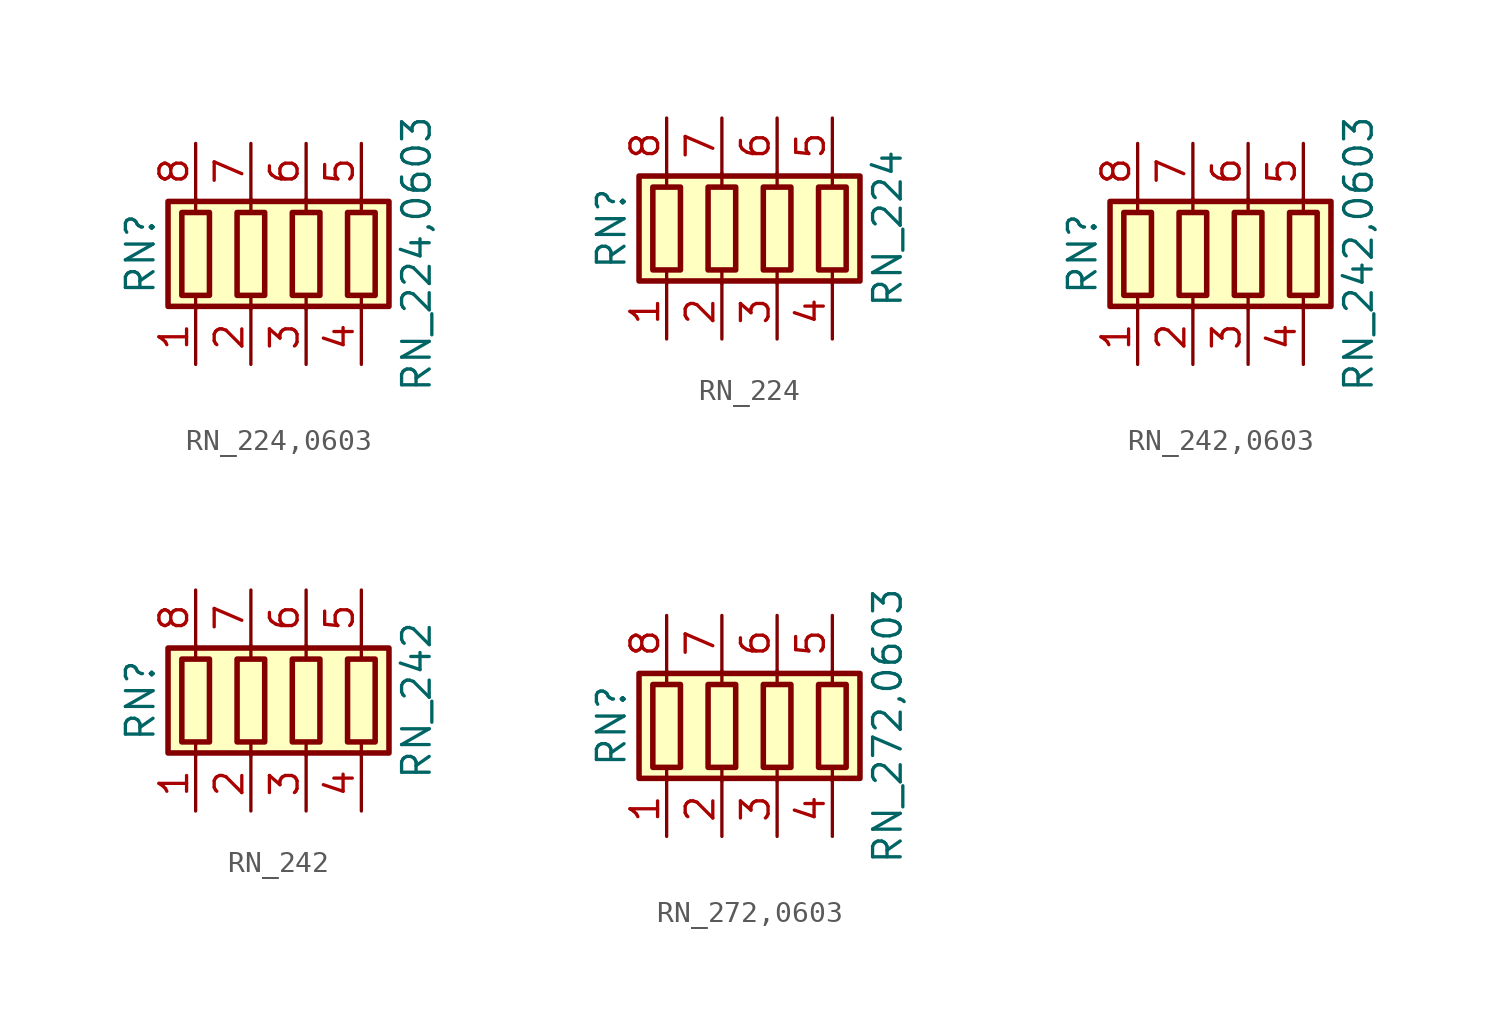
<source format=kicad_sym>
(kicad_symbol_lib
  (version 20211014)
  (generator kicad_symbol_editor)
  (symbol "RN_224,0603"
    (pin_names
      (offset 0) hide)
    (property "Reference" "RN"
      (at -7.62 0 90)
      (effects (font (size 1.27 1.27))))
    (property "Value" "RN_224,0603"
      (at 5.08 0 90)
      (effects (font (size 1.27 1.27))))
    (symbol "RN_224,0603_0_1"
      (rectangle (start -6.35 -2.413) (end 3.81 2.413) (stroke (width 0.254) (type default) (color 0 0 0 0)) (fill (type background)))
      (rectangle (start -5.715 1.905) (end -4.445 -1.905) (stroke (width 0.254) (type default) (color 0 0 0 0)) (fill (type none)))
      (rectangle (start -3.175 1.905) (end -1.905 -1.905) (stroke (width 0.254) (type default) (color 0 0 0 0)) (fill (type none)))
      (rectangle (start -0.635 1.905) (end 0.635 -1.905) (stroke (width 0.254) (type default) (color 0 0 0 0)) (fill (type none)))
      (polyline (pts (xy -5.08 -2.54) (xy -5.08 -1.905)) (stroke (width 0) (type default) (color 0 0 0 0)) (fill (type none)))
      (polyline (pts (xy -5.08 1.905) (xy -5.08 2.54)) (stroke (width 0) (type default) (color 0 0 0 0)) (fill (type none)))
      (polyline (pts (xy -2.54 -2.54) (xy -2.54 -1.905)) (stroke (width 0) (type default) (color 0 0 0 0)) (fill (type none)))
      (polyline (pts (xy -2.54 1.905) (xy -2.54 2.54)) (stroke (width 0) (type default) (color 0 0 0 0)) (fill (type none)))
      (polyline (pts (xy 0 -2.54) (xy 0 -1.905)) (stroke (width 0) (type default) (color 0 0 0 0)) (fill (type none)))
      (polyline (pts (xy 0 1.905) (xy 0 2.54)) (stroke (width 0) (type default) (color 0 0 0 0)) (fill (type none)))
      (polyline (pts (xy 2.54 -2.54) (xy 2.54 -1.905)) (stroke (width 0) (type default) (color 0 0 0 0)) (fill (type none)))
      (polyline (pts (xy 2.54 1.905) (xy 2.54 2.54)) (stroke (width 0) (type default) (color 0 0 0 0)) (fill (type none)))
      (rectangle (start 1.905 1.905) (end 3.175 -1.905) (stroke (width 0.254) (type default) (color 0 0 0 0)) (fill (type none))))
    (symbol "RN_224,0603_1_1"
      (pin passive line (at -5.08 -5.08 90) (length 2.54) (name "R1.1" (effects (font (size 1.27 1.27)))) (number "1" (effects (font (size 1.27 1.27)))))
      (pin passive line (at -2.54 -5.08 90) (length 2.54) (name "R2.1" (effects (font (size 1.27 1.27)))) (number "2" (effects (font (size 1.27 1.27)))))
      (pin passive line (at 0 -5.08 90) (length 2.54) (name "R3.1" (effects (font (size 1.27 1.27)))) (number "3" (effects (font (size 1.27 1.27)))))
      (pin passive line (at 2.54 -5.08 90) (length 2.54) (name "R4.1" (effects (font (size 1.27 1.27)))) (number "4" (effects (font (size 1.27 1.27)))))
      (pin passive line (at 2.54 5.08 270) (length 2.54) (name "R4.2" (effects (font (size 1.27 1.27)))) (number "5" (effects (font (size 1.27 1.27)))))
      (pin passive line (at 0 5.08 270) (length 2.54) (name "R3.2" (effects (font (size 1.27 1.27)))) (number "6" (effects (font (size 1.27 1.27)))))
      (pin passive line (at -2.54 5.08 270) (length 2.54) (name "R2.2" (effects (font (size 1.27 1.27)))) (number "7" (effects (font (size 1.27 1.27)))))
      (pin passive line (at -5.08 5.08 270) (length 2.54) (name "R1.2" (effects (font (size 1.27 1.27)))) (number "8" (effects (font (size 1.27 1.27)))))))
  (symbol "RN_224"
    (pin_names
      (offset 0) hide)
    (property "Reference" "RN"
      (at -7.62 0 90)
      (effects (font (size 1.27 1.27))))
    (property "Value" "RN_224"
      (at 5.08 0 90)
      (effects (font (size 1.27 1.27))))
    (symbol "RN_224_0_1"
      (rectangle (start -6.35 -2.413) (end 3.81 2.413) (stroke (width 0.254) (type default) (color 0 0 0 0)) (fill (type background)))
      (rectangle (start -5.715 1.905) (end -4.445 -1.905) (stroke (width 0.254) (type default) (color 0 0 0 0)) (fill (type none)))
      (rectangle (start -3.175 1.905) (end -1.905 -1.905) (stroke (width 0.254) (type default) (color 0 0 0 0)) (fill (type none)))
      (rectangle (start -0.635 1.905) (end 0.635 -1.905) (stroke (width 0.254) (type default) (color 0 0 0 0)) (fill (type none)))
      (polyline (pts (xy -5.08 -2.54) (xy -5.08 -1.905)) (stroke (width 0) (type default) (color 0 0 0 0)) (fill (type none)))
      (polyline (pts (xy -5.08 1.905) (xy -5.08 2.54)) (stroke (width 0) (type default) (color 0 0 0 0)) (fill (type none)))
      (polyline (pts (xy -2.54 -2.54) (xy -2.54 -1.905)) (stroke (width 0) (type default) (color 0 0 0 0)) (fill (type none)))
      (polyline (pts (xy -2.54 1.905) (xy -2.54 2.54)) (stroke (width 0) (type default) (color 0 0 0 0)) (fill (type none)))
      (polyline (pts (xy 0 -2.54) (xy 0 -1.905)) (stroke (width 0) (type default) (color 0 0 0 0)) (fill (type none)))
      (polyline (pts (xy 0 1.905) (xy 0 2.54)) (stroke (width 0) (type default) (color 0 0 0 0)) (fill (type none)))
      (polyline (pts (xy 2.54 -2.54) (xy 2.54 -1.905)) (stroke (width 0) (type default) (color 0 0 0 0)) (fill (type none)))
      (polyline (pts (xy 2.54 1.905) (xy 2.54 2.54)) (stroke (width 0) (type default) (color 0 0 0 0)) (fill (type none)))
      (rectangle (start 1.905 1.905) (end 3.175 -1.905) (stroke (width 0.254) (type default) (color 0 0 0 0)) (fill (type none))))
    (symbol "RN_224_1_1"
      (pin passive line (at -5.08 -5.08 90) (length 2.54) (name "R1.1" (effects (font (size 1.27 1.27)))) (number "1" (effects (font (size 1.27 1.27)))))
      (pin passive line (at -2.54 -5.08 90) (length 2.54) (name "R2.1" (effects (font (size 1.27 1.27)))) (number "2" (effects (font (size 1.27 1.27)))))
      (pin passive line (at 0 -5.08 90) (length 2.54) (name "R3.1" (effects (font (size 1.27 1.27)))) (number "3" (effects (font (size 1.27 1.27)))))
      (pin passive line (at 2.54 -5.08 90) (length 2.54) (name "R4.1" (effects (font (size 1.27 1.27)))) (number "4" (effects (font (size 1.27 1.27)))))
      (pin passive line (at 2.54 5.08 270) (length 2.54) (name "R4.2" (effects (font (size 1.27 1.27)))) (number "5" (effects (font (size 1.27 1.27)))))
      (pin passive line (at 0 5.08 270) (length 2.54) (name "R3.2" (effects (font (size 1.27 1.27)))) (number "6" (effects (font (size 1.27 1.27)))))
      (pin passive line (at -2.54 5.08 270) (length 2.54) (name "R2.2" (effects (font (size 1.27 1.27)))) (number "7" (effects (font (size 1.27 1.27)))))
      (pin passive line (at -5.08 5.08 270) (length 2.54) (name "R1.2" (effects (font (size 1.27 1.27)))) (number "8" (effects (font (size 1.27 1.27)))))))
  (symbol "RN_242,0603"
    (pin_names
      (offset 0) hide)
    (property "Reference" "RN"
      (at -7.62 0 90)
      (effects (font (size 1.27 1.27))))
    (property "Value" "RN_242,0603"
      (at 5.08 0 90)
      (effects (font (size 1.27 1.27))))
    (symbol "RN_242,0603_0_1"
      (rectangle (start -6.35 -2.413) (end 3.81 2.413) (stroke (width 0.254) (type default) (color 0 0 0 0)) (fill (type background)))
      (rectangle (start -5.715 1.905) (end -4.445 -1.905) (stroke (width 0.254) (type default) (color 0 0 0 0)) (fill (type none)))
      (rectangle (start -3.175 1.905) (end -1.905 -1.905) (stroke (width 0.254) (type default) (color 0 0 0 0)) (fill (type none)))
      (rectangle (start -0.635 1.905) (end 0.635 -1.905) (stroke (width 0.254) (type default) (color 0 0 0 0)) (fill (type none)))
      (polyline (pts (xy -5.08 -2.54) (xy -5.08 -1.905)) (stroke (width 0) (type default) (color 0 0 0 0)) (fill (type none)))
      (polyline (pts (xy -5.08 1.905) (xy -5.08 2.54)) (stroke (width 0) (type default) (color 0 0 0 0)) (fill (type none)))
      (polyline (pts (xy -2.54 -2.54) (xy -2.54 -1.905)) (stroke (width 0) (type default) (color 0 0 0 0)) (fill (type none)))
      (polyline (pts (xy -2.54 1.905) (xy -2.54 2.54)) (stroke (width 0) (type default) (color 0 0 0 0)) (fill (type none)))
      (polyline (pts (xy 0 -2.54) (xy 0 -1.905)) (stroke (width 0) (type default) (color 0 0 0 0)) (fill (type none)))
      (polyline (pts (xy 0 1.905) (xy 0 2.54)) (stroke (width 0) (type default) (color 0 0 0 0)) (fill (type none)))
      (polyline (pts (xy 2.54 -2.54) (xy 2.54 -1.905)) (stroke (width 0) (type default) (color 0 0 0 0)) (fill (type none)))
      (polyline (pts (xy 2.54 1.905) (xy 2.54 2.54)) (stroke (width 0) (type default) (color 0 0 0 0)) (fill (type none)))
      (rectangle (start 1.905 1.905) (end 3.175 -1.905) (stroke (width 0.254) (type default) (color 0 0 0 0)) (fill (type none))))
    (symbol "RN_242,0603_1_1"
      (pin passive line (at -5.08 -5.08 90) (length 2.54) (name "R1.1" (effects (font (size 1.27 1.27)))) (number "1" (effects (font (size 1.27 1.27)))))
      (pin passive line (at -2.54 -5.08 90) (length 2.54) (name "R2.1" (effects (font (size 1.27 1.27)))) (number "2" (effects (font (size 1.27 1.27)))))
      (pin passive line (at 0 -5.08 90) (length 2.54) (name "R3.1" (effects (font (size 1.27 1.27)))) (number "3" (effects (font (size 1.27 1.27)))))
      (pin passive line (at 2.54 -5.08 90) (length 2.54) (name "R4.1" (effects (font (size 1.27 1.27)))) (number "4" (effects (font (size 1.27 1.27)))))
      (pin passive line (at 2.54 5.08 270) (length 2.54) (name "R4.2" (effects (font (size 1.27 1.27)))) (number "5" (effects (font (size 1.27 1.27)))))
      (pin passive line (at 0 5.08 270) (length 2.54) (name "R3.2" (effects (font (size 1.27 1.27)))) (number "6" (effects (font (size 1.27 1.27)))))
      (pin passive line (at -2.54 5.08 270) (length 2.54) (name "R2.2" (effects (font (size 1.27 1.27)))) (number "7" (effects (font (size 1.27 1.27)))))
      (pin passive line (at -5.08 5.08 270) (length 2.54) (name "R1.2" (effects (font (size 1.27 1.27)))) (number "8" (effects (font (size 1.27 1.27)))))))
  (symbol "RN_242"
    (pin_names
      (offset 0) hide)
    (property "Reference" "RN"
      (at -7.62 0 90)
      (effects (font (size 1.27 1.27))))
    (property "Value" "RN_242"
      (at 5.08 0 90)
      (effects (font (size 1.27 1.27))))
    (symbol "RN_242_0_1"
      (rectangle (start -6.35 -2.413) (end 3.81 2.413) (stroke (width 0.254) (type default) (color 0 0 0 0)) (fill (type background)))
      (rectangle (start -5.715 1.905) (end -4.445 -1.905) (stroke (width 0.254) (type default) (color 0 0 0 0)) (fill (type none)))
      (rectangle (start -3.175 1.905) (end -1.905 -1.905) (stroke (width 0.254) (type default) (color 0 0 0 0)) (fill (type none)))
      (rectangle (start -0.635 1.905) (end 0.635 -1.905) (stroke (width 0.254) (type default) (color 0 0 0 0)) (fill (type none)))
      (polyline (pts (xy -5.08 -2.54) (xy -5.08 -1.905)) (stroke (width 0) (type default) (color 0 0 0 0)) (fill (type none)))
      (polyline (pts (xy -5.08 1.905) (xy -5.08 2.54)) (stroke (width 0) (type default) (color 0 0 0 0)) (fill (type none)))
      (polyline (pts (xy -2.54 -2.54) (xy -2.54 -1.905)) (stroke (width 0) (type default) (color 0 0 0 0)) (fill (type none)))
      (polyline (pts (xy -2.54 1.905) (xy -2.54 2.54)) (stroke (width 0) (type default) (color 0 0 0 0)) (fill (type none)))
      (polyline (pts (xy 0 -2.54) (xy 0 -1.905)) (stroke (width 0) (type default) (color 0 0 0 0)) (fill (type none)))
      (polyline (pts (xy 0 1.905) (xy 0 2.54)) (stroke (width 0) (type default) (color 0 0 0 0)) (fill (type none)))
      (polyline (pts (xy 2.54 -2.54) (xy 2.54 -1.905)) (stroke (width 0) (type default) (color 0 0 0 0)) (fill (type none)))
      (polyline (pts (xy 2.54 1.905) (xy 2.54 2.54)) (stroke (width 0) (type default) (color 0 0 0 0)) (fill (type none)))
      (rectangle (start 1.905 1.905) (end 3.175 -1.905) (stroke (width 0.254) (type default) (color 0 0 0 0)) (fill (type none))))
    (symbol "RN_242_1_1"
      (pin passive line (at -5.08 -5.08 90) (length 2.54) (name "R1.1" (effects (font (size 1.27 1.27)))) (number "1" (effects (font (size 1.27 1.27)))))
      (pin passive line (at -2.54 -5.08 90) (length 2.54) (name "R2.1" (effects (font (size 1.27 1.27)))) (number "2" (effects (font (size 1.27 1.27)))))
      (pin passive line (at 0 -5.08 90) (length 2.54) (name "R3.1" (effects (font (size 1.27 1.27)))) (number "3" (effects (font (size 1.27 1.27)))))
      (pin passive line (at 2.54 -5.08 90) (length 2.54) (name "R4.1" (effects (font (size 1.27 1.27)))) (number "4" (effects (font (size 1.27 1.27)))))
      (pin passive line (at 2.54 5.08 270) (length 2.54) (name "R4.2" (effects (font (size 1.27 1.27)))) (number "5" (effects (font (size 1.27 1.27)))))
      (pin passive line (at 0 5.08 270) (length 2.54) (name "R3.2" (effects (font (size 1.27 1.27)))) (number "6" (effects (font (size 1.27 1.27)))))
      (pin passive line (at -2.54 5.08 270) (length 2.54) (name "R2.2" (effects (font (size 1.27 1.27)))) (number "7" (effects (font (size 1.27 1.27)))))
      (pin passive line (at -5.08 5.08 270) (length 2.54) (name "R1.2" (effects (font (size 1.27 1.27)))) (number "8" (effects (font (size 1.27 1.27)))))))
  (symbol "RN_272,0603"
    (pin_names
      (offset 0) hide)
    (property "Reference" "RN"
      (at -7.62 0 90)
      (effects (font (size 1.27 1.27))))
    (property "Value" "RN_272,0603"
      (at 5.08 0 90)
      (effects (font (size 1.27 1.27))))
    (symbol "RN_272,0603_0_1"
      (rectangle (start -6.35 -2.413) (end 3.81 2.413) (stroke (width 0.254) (type default) (color 0 0 0 0)) (fill (type background)))
      (rectangle (start -5.715 1.905) (end -4.445 -1.905) (stroke (width 0.254) (type default) (color 0 0 0 0)) (fill (type none)))
      (rectangle (start -3.175 1.905) (end -1.905 -1.905) (stroke (width 0.254) (type default) (color 0 0 0 0)) (fill (type none)))
      (rectangle (start -0.635 1.905) (end 0.635 -1.905) (stroke (width 0.254) (type default) (color 0 0 0 0)) (fill (type none)))
      (polyline (pts (xy -5.08 -2.54) (xy -5.08 -1.905)) (stroke (width 0) (type default) (color 0 0 0 0)) (fill (type none)))
      (polyline (pts (xy -5.08 1.905) (xy -5.08 2.54)) (stroke (width 0) (type default) (color 0 0 0 0)) (fill (type none)))
      (polyline (pts (xy -2.54 -2.54) (xy -2.54 -1.905)) (stroke (width 0) (type default) (color 0 0 0 0)) (fill (type none)))
      (polyline (pts (xy -2.54 1.905) (xy -2.54 2.54)) (stroke (width 0) (type default) (color 0 0 0 0)) (fill (type none)))
      (polyline (pts (xy 0 -2.54) (xy 0 -1.905)) (stroke (width 0) (type default) (color 0 0 0 0)) (fill (type none)))
      (polyline (pts (xy 0 1.905) (xy 0 2.54)) (stroke (width 0) (type default) (color 0 0 0 0)) (fill (type none)))
      (polyline (pts (xy 2.54 -2.54) (xy 2.54 -1.905)) (stroke (width 0) (type default) (color 0 0 0 0)) (fill (type none)))
      (polyline (pts (xy 2.54 1.905) (xy 2.54 2.54)) (stroke (width 0) (type default) (color 0 0 0 0)) (fill (type none)))
      (rectangle (start 1.905 1.905) (end 3.175 -1.905) (stroke (width 0.254) (type default) (color 0 0 0 0)) (fill (type none))))
    (symbol "RN_272,0603_1_1"
      (pin passive line (at -5.08 -5.08 90) (length 2.54) (name "R1.1" (effects (font (size 1.27 1.27)))) (number "1" (effects (font (size 1.27 1.27)))))
      (pin passive line (at -2.54 -5.08 90) (length 2.54) (name "R2.1" (effects (font (size 1.27 1.27)))) (number "2" (effects (font (size 1.27 1.27)))))
      (pin passive line (at 0 -5.08 90) (length 2.54) (name "R3.1" (effects (font (size 1.27 1.27)))) (number "3" (effects (font (size 1.27 1.27)))))
      (pin passive line (at 2.54 -5.08 90) (length 2.54) (name "R4.1" (effects (font (size 1.27 1.27)))) (number "4" (effects (font (size 1.27 1.27)))))
      (pin passive line (at 2.54 5.08 270) (length 2.54) (name "R4.2" (effects (font (size 1.27 1.27)))) (number "5" (effects (font (size 1.27 1.27)))))
      (pin passive line (at 0 5.08 270) (length 2.54) (name "R3.2" (effects (font (size 1.27 1.27)))) (number "6" (effects (font (size 1.27 1.27)))))
      (pin passive line (at -2.54 5.08 270) (length 2.54) (name "R2.2" (effects (font (size 1.27 1.27)))) (number "7" (effects (font (size 1.27 1.27)))))
      (pin passive line (at -5.08 5.08 270) (length 2.54) (name "R1.2" (effects (font (size 1.27 1.27)))) (number "8" (effects (font (size 1.27 1.27))))))))
</source>
